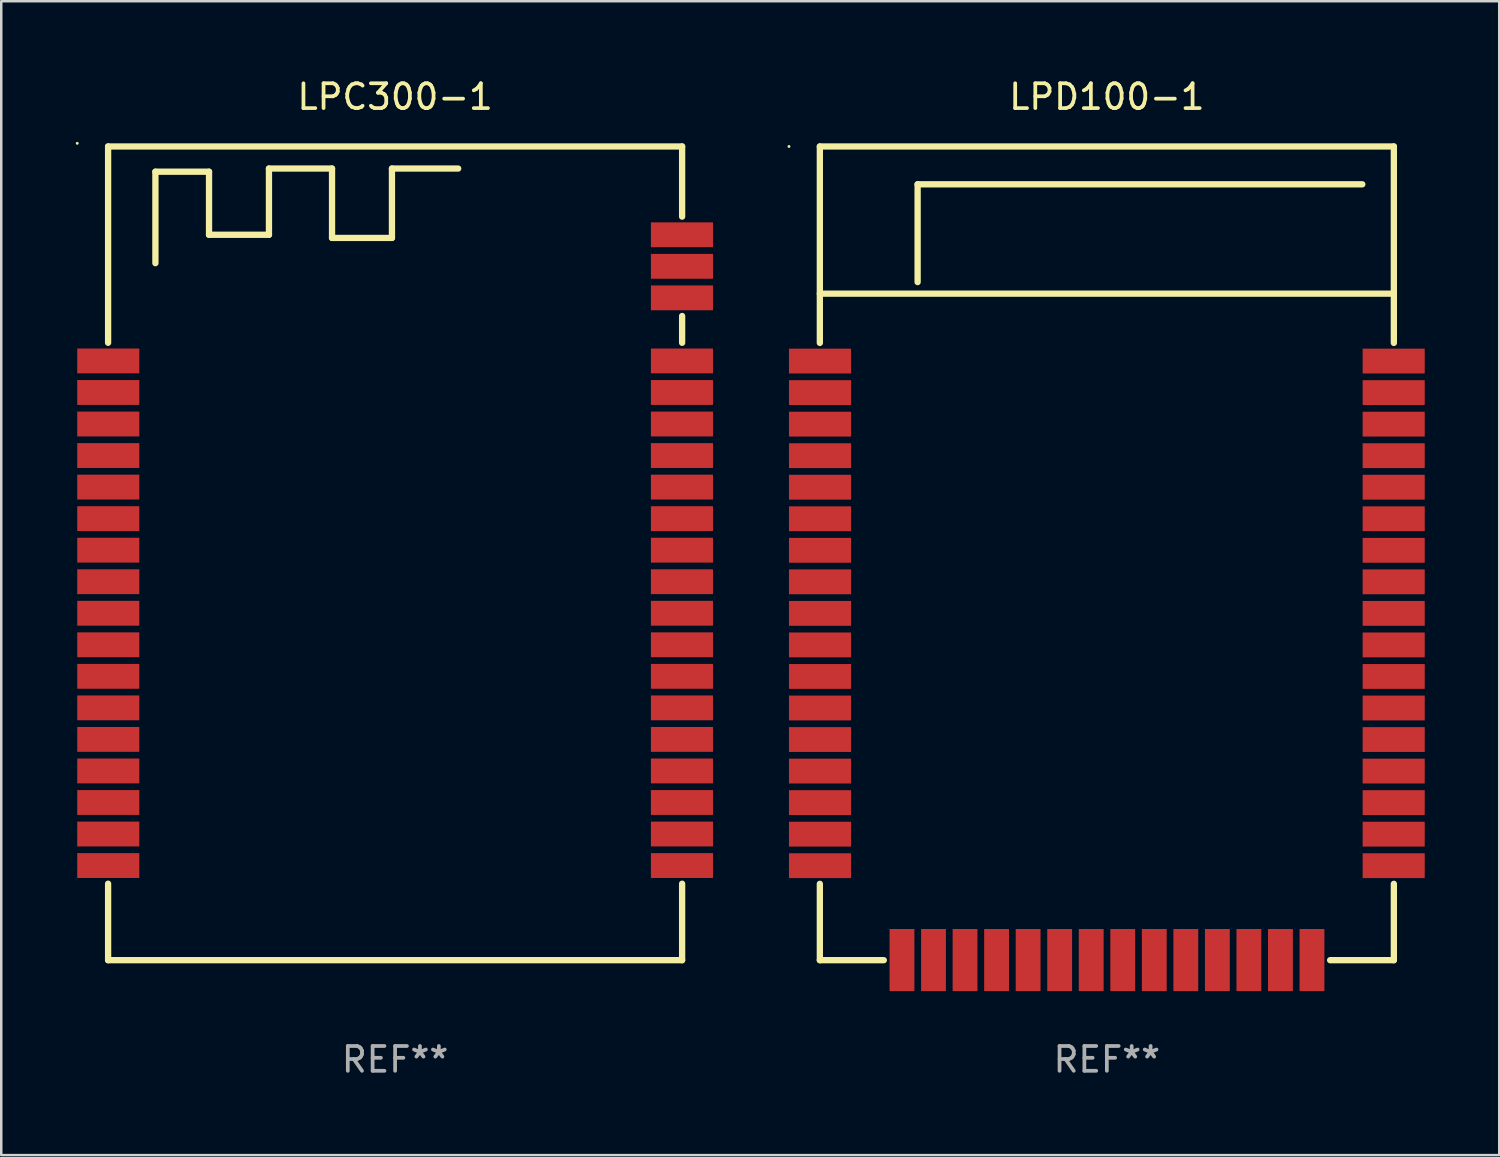
<source format=kicad_pcb>
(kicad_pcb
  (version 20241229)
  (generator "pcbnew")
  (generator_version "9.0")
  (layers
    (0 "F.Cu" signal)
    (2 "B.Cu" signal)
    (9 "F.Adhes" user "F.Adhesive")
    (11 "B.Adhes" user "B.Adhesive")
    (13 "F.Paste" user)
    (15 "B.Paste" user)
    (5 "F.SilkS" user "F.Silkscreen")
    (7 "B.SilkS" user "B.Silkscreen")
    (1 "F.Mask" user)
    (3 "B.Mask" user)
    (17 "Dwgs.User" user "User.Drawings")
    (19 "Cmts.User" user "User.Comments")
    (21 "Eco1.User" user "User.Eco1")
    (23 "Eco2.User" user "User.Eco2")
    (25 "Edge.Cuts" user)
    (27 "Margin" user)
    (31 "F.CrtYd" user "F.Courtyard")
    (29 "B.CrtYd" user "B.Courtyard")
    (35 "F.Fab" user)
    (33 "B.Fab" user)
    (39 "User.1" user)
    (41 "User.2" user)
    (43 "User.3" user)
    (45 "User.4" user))
  (footprint "LPC300-1"
    (layer "F.Cu")
    (at 12.86 19.231)
    (property "Reference" "LPC300-1" (at 0 -18.383 0) (layer "F.SilkS") (effects (font (size 1 1) (thickness 0.15))))
    (attr through_hole)
    (fp_line (start -11.557 -16.383) (end -11.557 -8.478) (stroke (width 0.254) (type solid)) (layer "F.SilkS"))
    (fp_line (start -11.557 13.304) (end -11.557 16.383) (stroke (width 0.254) (type solid)) (layer "F.SilkS"))
    (fp_line (start -11.557 16.383) (end 11.557 16.383) (stroke (width 0.254) (type solid)) (layer "F.SilkS"))
    (fp_line (start -9.652 -15.367) (end -7.493 -15.367) (stroke (width 0.254) (type solid)) (layer "F.SilkS"))
    (fp_line (start -9.652 -11.684) (end -9.652 -15.367) (stroke (width 0.254) (type solid)) (layer "F.SilkS"))
    (fp_line (start -7.493 -15.367) (end -7.493 -12.827) (stroke (width 0.254) (type solid)) (layer "F.SilkS"))
    (fp_line (start -7.493 -12.827) (end -5.08 -12.827) (stroke (width 0.254) (type solid)) (layer "F.SilkS"))
    (fp_line (start -5.08 -15.494) (end -2.54 -15.494) (stroke (width 0.254) (type solid)) (layer "F.SilkS"))
    (fp_line (start -5.08 -12.827) (end -5.08 -15.494) (stroke (width 0.254) (type solid)) (layer "F.SilkS"))
    (fp_line (start -2.54 -15.494) (end -2.54 -12.7) (stroke (width 0.254) (type solid)) (layer "F.SilkS"))
    (fp_line (start -2.54 -12.7) (end -0.127 -12.7) (stroke (width 0.254) (type solid)) (layer "F.SilkS"))
    (fp_line (start -0.127 -15.494) (end 2.54 -15.494) (stroke (width 0.254) (type solid)) (layer "F.SilkS"))
    (fp_line (start -0.127 -12.7) (end -0.127 -15.494) (stroke (width 0.254) (type solid)) (layer "F.SilkS"))
    (fp_line (start 11.557 -16.383) (end -11.557 -16.383) (stroke (width 0.254) (type solid)) (layer "F.SilkS"))
    (fp_line (start 11.557 -13.558) (end 11.557 -16.383) (stroke (width 0.254) (type solid)) (layer "F.SilkS"))
    (fp_line (start 11.557 -8.478) (end 11.557 -9.556) (stroke (width 0.254) (type solid)) (layer "F.SilkS"))
    (fp_line (start 11.557 16.383) (end 11.557 13.304) (stroke (width 0.254) (type solid)) (layer "F.SilkS"))
    (fp_circle (center -12.8 -16.51) (end -12.77 -16.51) (stroke (width 0.06) (type solid)) (fill no) (layer "F.SilkS"))
    (fp_text user "REF**" (at 0 20.383 0) (layer "F.Fab") (effects (font (size 1 1) (thickness 0.15))))
    (pad "1" smd rect (at -11.55 -7.747) (size 2.5 1) (layers "F.Cu" "F.Mask" "F.Paste"))
    (pad "2" smd rect (at -11.55 -6.477) (size 2.5 1) (layers "F.Cu" "F.Mask" "F.Paste"))
    (pad "3" smd rect (at -11.55 -5.207) (size 2.5 1) (layers "F.Cu" "F.Mask" "F.Paste"))
    (pad "4" smd rect (at -11.55 -3.937) (size 2.5 1) (layers "F.Cu" "F.Mask" "F.Paste"))
    (pad "5" smd rect (at -11.55 -2.667) (size 2.5 1) (layers "F.Cu" "F.Mask" "F.Paste"))
    (pad "6" smd rect (at -11.55 -1.397) (size 2.5 1) (layers "F.Cu" "F.Mask" "F.Paste"))
    (pad "7" smd rect (at -11.55 -0.127) (size 2.5 1) (layers "F.Cu" "F.Mask" "F.Paste"))
    (pad "8" smd rect (at -11.55 1.143) (size 2.5 1) (layers "F.Cu" "F.Mask" "F.Paste"))
    (pad "9" smd rect (at -11.55 2.413) (size 2.5 1) (layers "F.Cu" "F.Mask" "F.Paste"))
    (pad "10" smd rect (at -11.55 3.683) (size 2.5 1) (layers "F.Cu" "F.Mask" "F.Paste"))
    (pad "11" smd rect (at -11.55 4.953) (size 2.5 1) (layers "F.Cu" "F.Mask" "F.Paste"))
    (pad "12" smd rect (at -11.55 6.223) (size 2.5 1) (layers "F.Cu" "F.Mask" "F.Paste"))
    (pad "13" smd rect (at -11.55 7.493) (size 2.5 1) (layers "F.Cu" "F.Mask" "F.Paste"))
    (pad "14" smd rect (at -11.55 8.763) (size 2.5 1) (layers "F.Cu" "F.Mask" "F.Paste"))
    (pad "15" smd rect (at -11.55 10.033) (size 2.5 1) (layers "F.Cu" "F.Mask" "F.Paste"))
    (pad "16" smd rect (at -11.55 11.303) (size 2.5 1) (layers "F.Cu" "F.Mask" "F.Paste"))
    (pad "17" smd rect (at -11.55 12.573) (size 2.5 1) (layers "F.Cu" "F.Mask" "F.Paste"))
    (pad "18" smd rect (at 11.55 12.573) (size 2.5 1) (layers "F.Cu" "F.Mask" "F.Paste"))
    (pad "19" smd rect (at 11.55 11.303) (size 2.5 1) (layers "F.Cu" "F.Mask" "F.Paste"))
    (pad "20" smd rect (at 11.55 10.033) (size 2.5 1) (layers "F.Cu" "F.Mask" "F.Paste"))
    (pad "21" smd rect (at 11.55 8.763) (size 2.5 1) (layers "F.Cu" "F.Mask" "F.Paste"))
    (pad "22" smd rect (at 11.55 7.493) (size 2.5 1) (layers "F.Cu" "F.Mask" "F.Paste"))
    (pad "23" smd rect (at 11.55 6.223) (size 2.5 1) (layers "F.Cu" "F.Mask" "F.Paste"))
    (pad "24" smd rect (at 11.55 4.953) (size 2.5 1) (layers "F.Cu" "F.Mask" "F.Paste"))
    (pad "25" smd rect (at 11.55 3.683) (size 2.5 1) (layers "F.Cu" "F.Mask" "F.Paste"))
    (pad "26" smd rect (at 11.55 2.413) (size 2.5 1) (layers "F.Cu" "F.Mask" "F.Paste"))
    (pad "27" smd rect (at 11.55 1.143) (size 2.5 1) (layers "F.Cu" "F.Mask" "F.Paste"))
    (pad "28" smd rect (at 11.55 -0.127) (size 2.5 1) (layers "F.Cu" "F.Mask" "F.Paste"))
    (pad "29" smd rect (at 11.55 -1.397) (size 2.5 1) (layers "F.Cu" "F.Mask" "F.Paste"))
    (pad "30" smd rect (at 11.55 -2.667) (size 2.5 1) (layers "F.Cu" "F.Mask" "F.Paste"))
    (pad "31" smd rect (at 11.55 -3.937) (size 2.5 1) (layers "F.Cu" "F.Mask" "F.Paste"))
    (pad "32" smd rect (at 11.55 -5.207) (size 2.5 1) (layers "F.Cu" "F.Mask" "F.Paste"))
    (pad "33" smd rect (at 11.55 -6.477) (size 2.5 1) (layers "F.Cu" "F.Mask" "F.Paste"))
    (pad "34" smd rect (at 11.55 -7.747) (size 2.5 1) (layers "F.Cu" "F.Mask" "F.Paste"))
    (pad "35" smd rect (at 11.55 -10.287) (size 2.5 1) (layers "F.Cu" "F.Mask" "F.Paste"))
    (pad "36" smd rect (at 11.55 -11.557) (size 2.5 1) (layers "F.Cu" "F.Mask" "F.Paste"))
    (pad "37" smd rect (at 11.55 -12.827) (size 2.5 1) (layers "F.Cu" "F.Mask" "F.Paste")))
  (footprint "LPD100-1"
    (layer "F.Cu")
    (at 41.52 19.231)
    (property "Reference" "LPD100-1" (at 0 -18.383 0) (layer "F.SilkS") (effects (font (size 1 1) (thickness 0.15))))
    (attr through_hole)
    (fp_line (start -11.557 -16.383) (end -11.557 -8.473) (stroke (width 0.254) (type solid)) (layer "F.SilkS"))
    (fp_line (start -11.557 -10.456) (end 11.557 -10.456) (stroke (width 0.254) (type solid)) (layer "F.SilkS"))
    (fp_line (start -11.557 13.309) (end -11.557 16.383) (stroke (width 0.254) (type solid)) (layer "F.SilkS"))
    (fp_line (start -11.557 16.383) (end -8.981 16.383) (stroke (width 0.254) (type solid)) (layer "F.SilkS"))
    (fp_line (start -7.62 -14.859) (end 10.287 -14.859) (stroke (width 0.254) (type solid)) (layer "F.SilkS"))
    (fp_line (start -7.62 -10.922) (end -7.62 -14.859) (stroke (width 0.254) (type solid)) (layer "F.SilkS"))
    (fp_line (start 8.991 16.383) (end 11.557 16.383) (stroke (width 0.254) (type solid)) (layer "F.SilkS"))
    (fp_line (start 11.557 -16.383) (end -11.557 -16.383) (stroke (width 0.254) (type solid)) (layer "F.SilkS"))
    (fp_line (start 11.557 -8.473) (end 11.557 -16.383) (stroke (width 0.254) (type solid)) (layer "F.SilkS"))
    (fp_line (start 11.557 16.383) (end 11.557 13.309) (stroke (width 0.254) (type solid)) (layer "F.SilkS"))
    (fp_circle (center -12.8 -16.383) (end -12.77 -16.383) (stroke (width 0.06) (type solid)) (fill no) (layer "F.SilkS"))
    (fp_text user "REF**" (at 0 20.383 0) (layer "F.Fab") (effects (font (size 1 1) (thickness 0.15))))
    (pad "1" smd rect (at -11.55 -7.742) (size 2.5 1) (layers "F.Cu" "F.Mask" "F.Paste"))
    (pad "2" smd rect (at -11.55 -6.472) (size 2.5 1) (layers "F.Cu" "F.Mask" "F.Paste"))
    (pad "3" smd rect (at -11.55 -5.202) (size 2.5 1) (layers "F.Cu" "F.Mask" "F.Paste"))
    (pad "4" smd rect (at -11.55 -3.932) (size 2.5 1) (layers "F.Cu" "F.Mask" "F.Paste"))
    (pad "5" smd rect (at -11.55 -2.662) (size 2.5 1) (layers "F.Cu" "F.Mask" "F.Paste"))
    (pad "6" smd rect (at -11.55 -1.392) (size 2.5 1) (layers "F.Cu" "F.Mask" "F.Paste"))
    (pad "7" smd rect (at -11.55 -0.122) (size 2.5 1) (layers "F.Cu" "F.Mask" "F.Paste"))
    (pad "8" smd rect (at -11.55 1.148) (size 2.5 1) (layers "F.Cu" "F.Mask" "F.Paste"))
    (pad "9" smd rect (at -11.55 2.418) (size 2.5 1) (layers "F.Cu" "F.Mask" "F.Paste"))
    (pad "10" smd rect (at -11.55 3.688) (size 2.5 1) (layers "F.Cu" "F.Mask" "F.Paste"))
    (pad "11" smd rect (at -11.55 4.958) (size 2.5 1) (layers "F.Cu" "F.Mask" "F.Paste"))
    (pad "12" smd rect (at -11.55 6.228) (size 2.5 1) (layers "F.Cu" "F.Mask" "F.Paste"))
    (pad "13" smd rect (at -11.55 7.498) (size 2.5 1) (layers "F.Cu" "F.Mask" "F.Paste"))
    (pad "14" smd rect (at -11.55 8.768) (size 2.5 1) (layers "F.Cu" "F.Mask" "F.Paste"))
    (pad "15" smd rect (at -11.55 10.038) (size 2.5 1) (layers "F.Cu" "F.Mask" "F.Paste"))
    (pad "16" smd rect (at -11.55 11.308) (size 2.5 1) (layers "F.Cu" "F.Mask" "F.Paste"))
    (pad "17" smd rect (at -11.55 12.578) (size 2.5 1) (layers "F.Cu" "F.Mask" "F.Paste"))
    (pad "18" smd rect (at 11.55 12.578) (size 2.5 1) (layers "F.Cu" "F.Mask" "F.Paste"))
    (pad "19" smd rect (at 11.55 11.308) (size 2.5 1) (layers "F.Cu" "F.Mask" "F.Paste"))
    (pad "20" smd rect (at 11.55 10.038) (size 2.5 1) (layers "F.Cu" "F.Mask" "F.Paste"))
    (pad "21" smd rect (at 11.55 8.768) (size 2.5 1) (layers "F.Cu" "F.Mask" "F.Paste"))
    (pad "22" smd rect (at 11.55 7.498) (size 2.5 1) (layers "F.Cu" "F.Mask" "F.Paste"))
    (pad "23" smd rect (at 11.55 6.228) (size 2.5 1) (layers "F.Cu" "F.Mask" "F.Paste"))
    (pad "24" smd rect (at 11.55 4.958) (size 2.5 1) (layers "F.Cu" "F.Mask" "F.Paste"))
    (pad "25" smd rect (at 11.55 3.688) (size 2.5 1) (layers "F.Cu" "F.Mask" "F.Paste"))
    (pad "26" smd rect (at 11.55 2.418) (size 2.5 1) (layers "F.Cu" "F.Mask" "F.Paste"))
    (pad "27" smd rect (at 11.55 1.148) (size 2.5 1) (layers "F.Cu" "F.Mask" "F.Paste"))
    (pad "28" smd rect (at 11.55 -0.122) (size 2.5 1) (layers "F.Cu" "F.Mask" "F.Paste"))
    (pad "29" smd rect (at 11.55 -1.392) (size 2.5 1) (layers "F.Cu" "F.Mask" "F.Paste"))
    (pad "30" smd rect (at 11.55 -2.662) (size 2.5 1) (layers "F.Cu" "F.Mask" "F.Paste"))
    (pad "31" smd rect (at 11.55 -3.932) (size 2.5 1) (layers "F.Cu" "F.Mask" "F.Paste"))
    (pad "32" smd rect (at 11.55 -5.202) (size 2.5 1) (layers "F.Cu" "F.Mask" "F.Paste"))
    (pad "33" smd rect (at 11.55 -6.472) (size 2.5 1) (layers "F.Cu" "F.Mask" "F.Paste"))
    (pad "34" smd rect (at 11.55 -7.742) (size 2.5 1) (layers "F.Cu" "F.Mask" "F.Paste"))
    (pad "35" smd rect (at -8.25 16.378 90) (size 2.5 1) (layers "F.Cu" "F.Mask" "F.Paste"))
    (pad "36" smd rect (at -6.98 16.378 90) (size 2.5 1) (layers "F.Cu" "F.Mask" "F.Paste"))
    (pad "37" smd rect (at -5.71 16.378 90) (size 2.5 1) (layers "F.Cu" "F.Mask" "F.Paste"))
    (pad "38" smd rect (at -4.44 16.378 90) (size 2.5 1) (layers "F.Cu" "F.Mask" "F.Paste"))
    (pad "39" smd rect (at -3.17 16.378 90) (size 2.5 1) (layers "F.Cu" "F.Mask" "F.Paste"))
    (pad "40" smd rect (at -1.9 16.378 90) (size 2.5 1) (layers "F.Cu" "F.Mask" "F.Paste"))
    (pad "41" smd rect (at -0.63 16.378 90) (size 2.5 1) (layers "F.Cu" "F.Mask" "F.Paste"))
    (pad "42" smd rect (at 0.64 16.378 90) (size 2.5 1) (layers "F.Cu" "F.Mask" "F.Paste"))
    (pad "43" smd rect (at 1.91 16.378 90) (size 2.5 1) (layers "F.Cu" "F.Mask" "F.Paste"))
    (pad "44" smd rect (at 3.18 16.378 90) (size 2.5 1) (layers "F.Cu" "F.Mask" "F.Paste"))
    (pad "45" smd rect (at 4.45 16.378 90) (size 2.5 1) (layers "F.Cu" "F.Mask" "F.Paste"))
    (pad "46" smd rect (at 5.72 16.378 90) (size 2.5 1) (layers "F.Cu" "F.Mask" "F.Paste"))
    (pad "47" smd rect (at 6.99 16.378 90) (size 2.5 1) (layers "F.Cu" "F.Mask" "F.Paste"))
    (pad "48" smd rect (at 8.26 16.378 90) (size 2.5 1) (layers "F.Cu" "F.Mask" "F.Paste")))
  (gr_rect
    (start -3 -3)
    (end 57.32 43.463)
    (stroke (width 0.1) (type default))
    (fill no)
    (layer "Edge.Cuts")))
</source>
